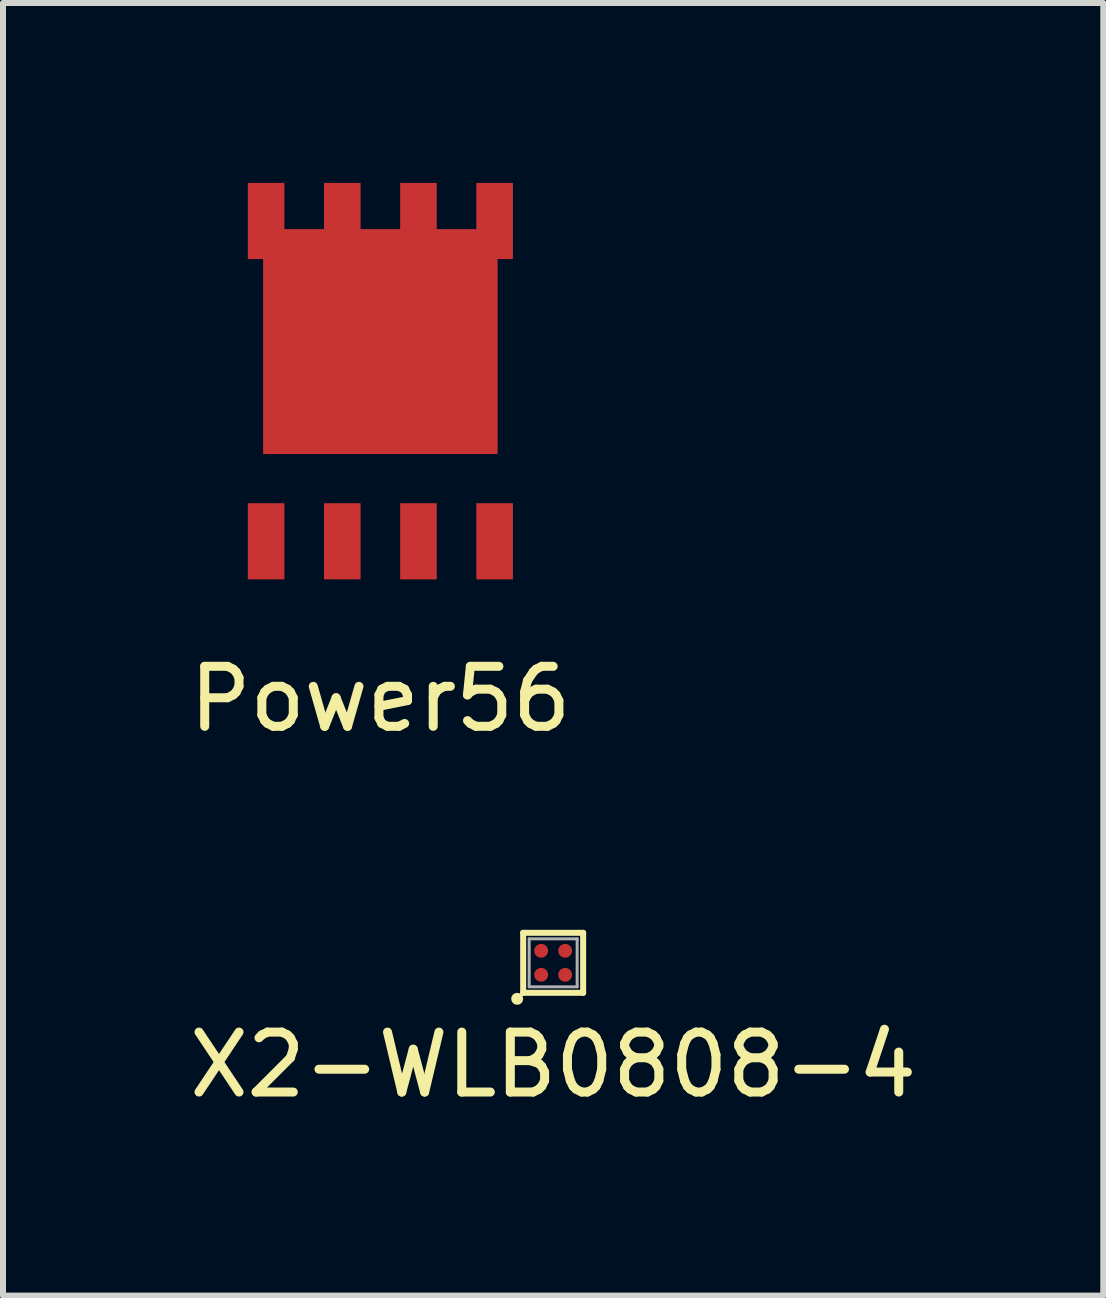
<source format=kicad_pcb>
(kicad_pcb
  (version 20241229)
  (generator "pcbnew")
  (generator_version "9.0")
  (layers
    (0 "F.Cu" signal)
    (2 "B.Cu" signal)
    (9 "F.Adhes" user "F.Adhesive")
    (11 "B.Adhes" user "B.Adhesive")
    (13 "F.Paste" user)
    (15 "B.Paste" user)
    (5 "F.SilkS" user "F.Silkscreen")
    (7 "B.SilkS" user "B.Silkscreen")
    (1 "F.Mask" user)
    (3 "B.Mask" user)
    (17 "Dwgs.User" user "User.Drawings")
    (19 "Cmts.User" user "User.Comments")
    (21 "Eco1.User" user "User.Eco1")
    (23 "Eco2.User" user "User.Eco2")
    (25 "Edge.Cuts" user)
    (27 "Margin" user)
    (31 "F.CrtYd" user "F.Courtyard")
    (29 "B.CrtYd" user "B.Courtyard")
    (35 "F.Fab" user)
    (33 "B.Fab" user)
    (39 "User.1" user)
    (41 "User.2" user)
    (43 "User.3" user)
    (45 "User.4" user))
  (footprint "X2-WLB0808-4"
    (layer "F.Cu")
    (at 6.173 13.003)
    (property "Reference" "X2-WLB0808-4" (at 0 1.7 0) (layer "F.SilkS") (effects (font (size 1 1) (thickness 0.15))))
    (attr through_hole)
    (fp_line (start -0.5 -0.5) (end -0.5 0.5) (stroke (width 0.1) (type solid)) (layer "F.SilkS"))
    (fp_line (start -0.5 0.5) (end 0.5 0.5) (stroke (width 0.1) (type solid)) (layer "F.SilkS"))
    (fp_line (start 0.5 -0.5) (end -0.5 -0.5) (stroke (width 0.1) (type solid)) (layer "F.SilkS"))
    (fp_line (start 0.5 0.5) (end 0.5 -0.5) (stroke (width 0.1) (type solid)) (layer "F.SilkS"))
    (fp_circle (center -0.6 0.6) (end -0.55 0.6) (stroke (width 0.1) (type solid)) (fill no) (layer "F.SilkS"))
    (fp_line (start -0.4 -0.4) (end -0.4 0.4) (stroke (width 0.05) (type solid)) (layer "F.Fab"))
    (fp_line (start -0.4 0.4) (end 0.4 0.4) (stroke (width 0.05) (type solid)) (layer "F.Fab"))
    (fp_line (start 0.4 -0.4) (end -0.4 -0.4) (stroke (width 0.05) (type solid)) (layer "F.Fab"))
    (fp_line (start 0.4 0.4) (end 0.4 -0.4) (stroke (width 0.05) (type solid)) (layer "F.Fab"))
    (pad "1" smd circle (at -0.2 0.2) (size 0.23 0.23) (layers "F.Cu" "F.Mask" "F.Paste"))
    (pad "2" smd circle (at 0.2 0.2) (size 0.23 0.23) (layers "F.Cu" "F.Mask" "F.Paste"))
    (pad "3" smd circle (at 0.2 -0.2) (size 0.23 0.23) (layers "F.Cu" "F.Mask" "F.Paste"))
    (pad "4" smd circle (at -0.2 -0.2) (size 0.23 0.23) (layers "F.Cu" "F.Mask" "F.Paste")))
  (footprint "Power56"
    (layer "F.Cu")
    (at 3.292 3.305)
    (property "Reference" "Power56" (at 0 5.3 0) (layer "F.SilkS") (effects (font (size 1 1) (thickness 0.15))))
    (attr through_hole)
    (pad "1" smd rect (at -1.905 2.67) (size 0.61 1.27) (layers "F.Cu" "F.Mask" "F.Paste"))
    (pad "2" smd rect (at -0.635 2.67) (size 0.61 1.27) (layers "F.Cu" "F.Mask" "F.Paste"))
    (pad "3" smd rect (at 0.635 2.67) (size 0.61 1.27) (layers "F.Cu" "F.Mask" "F.Paste"))
    (pad "4" smd rect (at 1.905 2.67) (size 0.61 1.27) (layers "F.Cu" "F.Mask" "F.Paste"))
    (pad "5" smd rect (at 1.905 -2.67) (size 0.61 1.27) (layers "F.Cu" "F.Mask" "F.Paste"))
    (pad "6" smd rect (at 0.635 -2.67) (size 0.61 1.27) (layers "F.Cu" "F.Mask" "F.Paste"))
    (pad "7" smd rect (at -0.635 -2.67) (size 0.61 1.27) (layers "F.Cu" "F.Mask" "F.Paste"))
    (pad "8" smd rect (at -1.905 -2.67) (size 0.61 1.27) (layers "F.Cu" "F.Mask" "F.Paste"))
    (pad "PAD" smd rect (at 0 -0.66) (size 3.91 3.75) (layers "F.Cu" "F.Mask" "F.Paste")))
  (gr_rect
    (start -3 -3)
    (end 15.345 18.552)
    (stroke (width 0.1) (type default))
    (fill no)
    (layer "Edge.Cuts")))
</source>
